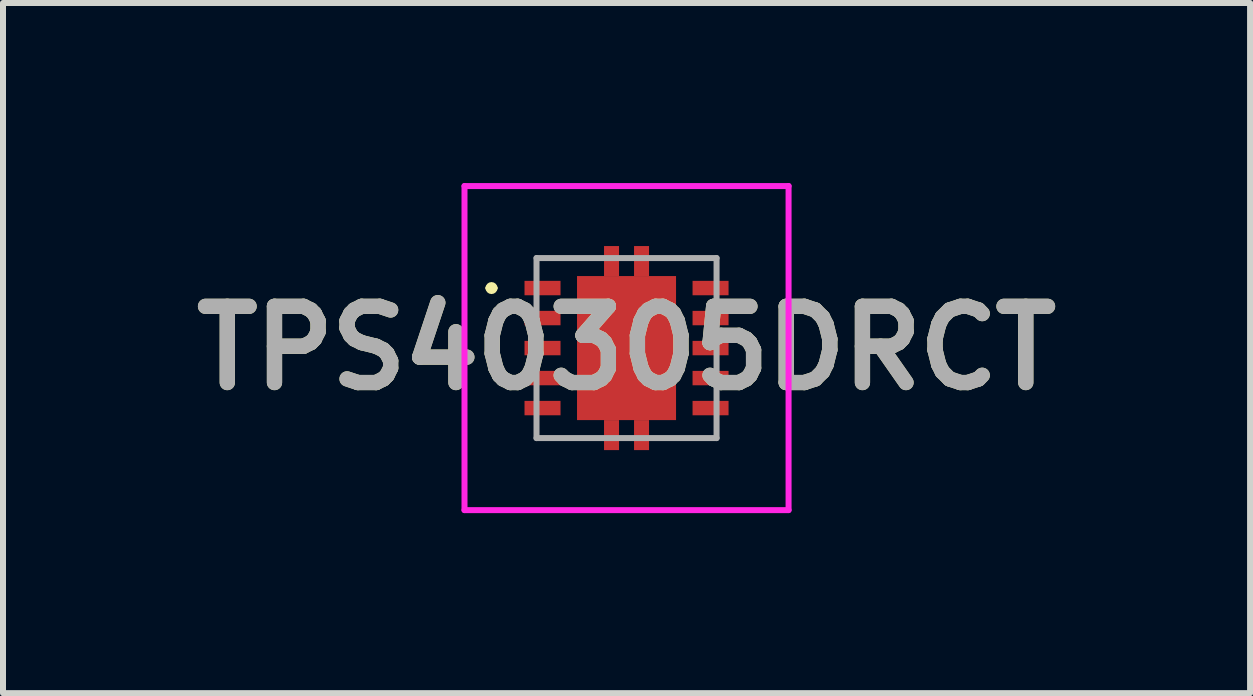
<source format=kicad_pcb>
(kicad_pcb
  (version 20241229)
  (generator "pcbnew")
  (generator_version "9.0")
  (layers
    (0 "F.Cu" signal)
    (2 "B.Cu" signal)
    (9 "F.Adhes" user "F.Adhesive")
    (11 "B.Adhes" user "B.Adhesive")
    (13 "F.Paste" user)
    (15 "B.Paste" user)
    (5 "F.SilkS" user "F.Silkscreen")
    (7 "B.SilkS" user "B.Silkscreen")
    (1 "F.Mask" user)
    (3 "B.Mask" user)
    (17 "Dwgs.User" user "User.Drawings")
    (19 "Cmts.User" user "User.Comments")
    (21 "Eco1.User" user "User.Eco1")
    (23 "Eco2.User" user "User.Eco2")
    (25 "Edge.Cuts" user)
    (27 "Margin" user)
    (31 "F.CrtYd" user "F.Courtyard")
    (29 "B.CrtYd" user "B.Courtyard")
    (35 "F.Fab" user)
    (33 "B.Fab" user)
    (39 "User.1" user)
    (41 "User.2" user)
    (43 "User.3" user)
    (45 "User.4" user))
  (footprint "TPS40305DRCT"
    (layer "F.Cu")
    (at 7.39 2.75)
    (property "Reference" "TPS40305DRCT" (at 0 0 0) (layer "F.SilkS") (effects (font (size 1.27 1.27) (thickness 0.254))))
    (attr smd)
    (fp_line (start -2.3 -1) (end -2.3 -1) (stroke (width 0.1) (type solid)) (layer "F.SilkS"))
    (fp_line (start -2.2 -1) (end -2.2 -1) (stroke (width 0.1) (type solid)) (layer "F.SilkS"))
    (fp_arc (start -2.3 -1) (mid -2.25 -1.05) (end -2.2 -1) (stroke (width 0.1) (type solid)) (layer "F.SilkS"))
    (fp_arc (start -2.2 -1) (mid -2.25 -0.95) (end -2.3 -1) (stroke (width 0.1) (type solid)) (layer "F.SilkS"))
    (fp_line (start -2.7 -2.7) (end 2.7 -2.7) (stroke (width 0.1) (type solid)) (layer "F.CrtYd"))
    (fp_line (start -2.7 2.7) (end -2.7 -2.7) (stroke (width 0.1) (type solid)) (layer "F.CrtYd"))
    (fp_line (start 2.7 -2.7) (end 2.7 2.7) (stroke (width 0.1) (type solid)) (layer "F.CrtYd"))
    (fp_line (start 2.7 2.7) (end -2.7 2.7) (stroke (width 0.1) (type solid)) (layer "F.CrtYd"))
    (fp_line (start -1.5 -1.5) (end -1.5 1.5) (stroke (width 0.1) (type solid)) (layer "F.Fab"))
    (fp_line (start -1.5 1.5) (end 1.5 1.5) (stroke (width 0.1) (type solid)) (layer "F.Fab"))
    (fp_line (start 1.5 -1.5) (end -1.5 -1.5) (stroke (width 0.1) (type solid)) (layer "F.Fab"))
    (fp_line (start 1.5 1.5) (end 1.5 -1.5) (stroke (width 0.1) (type solid)) (layer "F.Fab"))
    (fp_text user "${REFERENCE}" (at 0 0 0) (layer "F.Fab") (effects (font (size 1.27 1.27) (thickness 0.254))))
    (pad "1" smd rect (at -1.4 -1 90) (size 0.24 0.6) (layers "F.Cu" "F.Mask" "F.Paste"))
    (pad "2" smd rect (at -1.4 -0.5 90) (size 0.24 0.6) (layers "F.Cu" "F.Mask" "F.Paste"))
    (pad "3" smd rect (at -1.4 0 90) (size 0.24 0.6) (layers "F.Cu" "F.Mask" "F.Paste"))
    (pad "4" smd rect (at -1.4 0.5 90) (size 0.24 0.6) (layers "F.Cu" "F.Mask" "F.Paste"))
    (pad "5" smd rect (at -1.4 1 90) (size 0.24 0.6) (layers "F.Cu" "F.Mask" "F.Paste"))
    (pad "6" smd rect (at 1.4 1 90) (size 0.24 0.6) (layers "F.Cu" "F.Mask" "F.Paste"))
    (pad "7" smd rect (at 1.4 0.5 90) (size 0.24 0.6) (layers "F.Cu" "F.Mask" "F.Paste"))
    (pad "8" smd rect (at 1.4 0 90) (size 0.24 0.6) (layers "F.Cu" "F.Mask" "F.Paste"))
    (pad "9" smd rect (at 1.4 -0.5 90) (size 0.24 0.6) (layers "F.Cu" "F.Mask" "F.Paste"))
    (pad "10" smd rect (at 1.4 -1 90) (size 0.24 0.6) (layers "F.Cu" "F.Mask" "F.Paste"))
    (pad "11" smd rect (at -0.25 -1.45) (size 0.25 0.5) (layers "F.Cu" "F.Mask" "F.Paste"))
    (pad "12" smd rect (at 0.25 -1.45) (size 0.25 0.5) (layers "F.Cu" "F.Mask" "F.Paste"))
    (pad "13" smd rect (at -0.25 1.45) (size 0.25 0.5) (layers "F.Cu" "F.Mask" "F.Paste"))
    (pad "14" smd rect (at 0.25 1.45) (size 0.25 0.5) (layers "F.Cu" "F.Mask" "F.Paste"))
    (pad "15" smd rect (at 0 0) (size 1.65 2.4) (layers "F.Cu" "F.Mask" "F.Paste")))
  (gr_rect
    (start -3 -3)
    (end 17.78 8.5)
    (stroke (width 0.1) (type default))
    (fill no)
    (layer "Edge.Cuts")))
</source>
